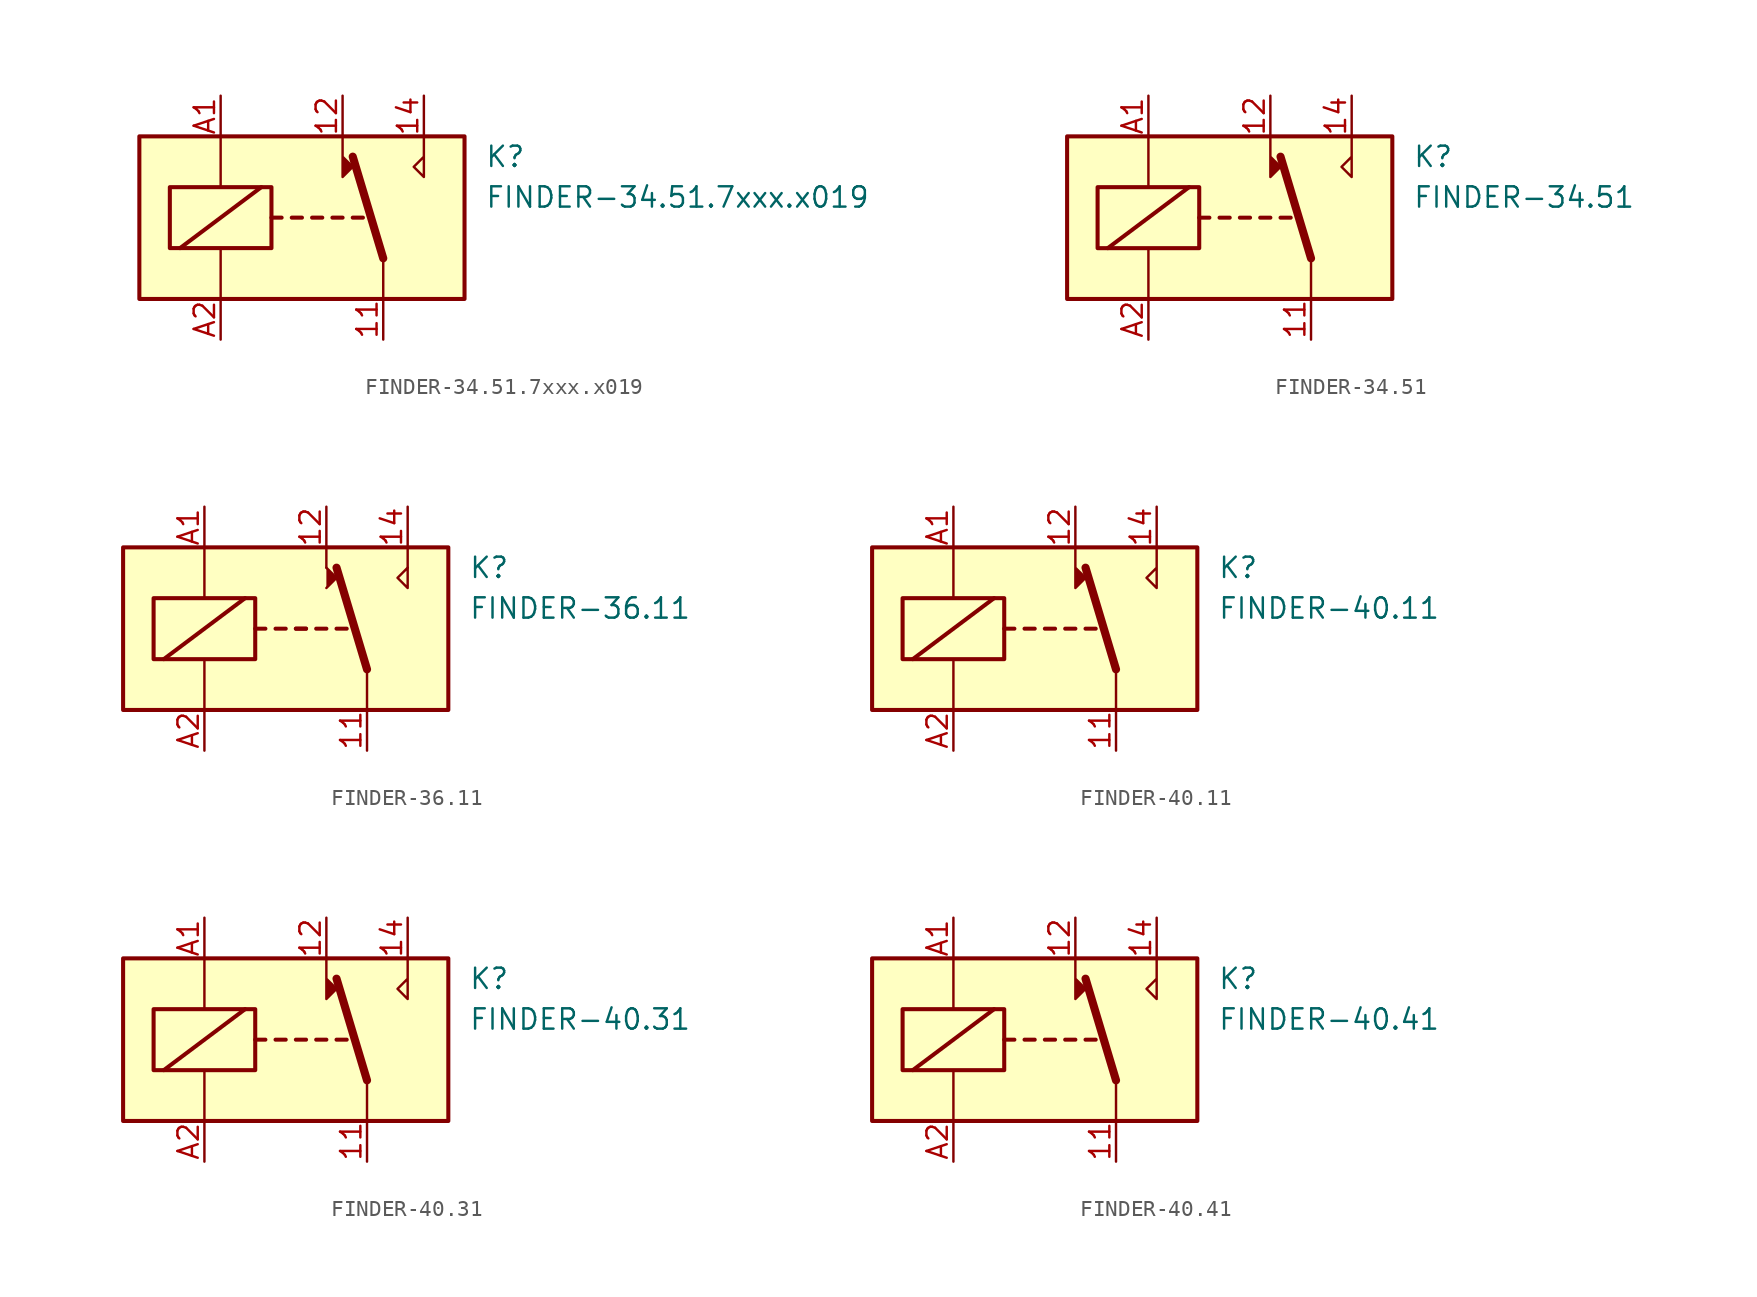
<source format=kicad_sym>
(kicad_symbol_lib
  (version 20201005)
  (generator kicad_symbol_editor)
  (symbol "FINDER-34.51.7xxx.x019"
    (property "Reference" "K"
      (at 11.43 3.81 0)
      (effects (font (size 1.27 1.27)) (justify left)))
    (property "Value" "FINDER-34.51.7xxx.x019"
      (at 11.43 1.27 0)
      (effects (font (size 1.27 1.27)) (justify left)))
    (symbol "FINDER-34.51.7xxx.x019_0_0"
      (polyline (pts (xy 7.62 5.08) (xy 7.62 2.54) (xy 6.985 3.175) (xy 7.62 3.81)) (stroke (width 0)) (fill (type none))))
    (symbol "FINDER-34.51.7xxx.x019_0_1"
      (rectangle (start -8.255 1.905) (end -1.905 -1.905) (stroke (width 0.254)) (fill (type none)))
      (rectangle (start -10.16 5.08) (end 10.16 -5.08) (stroke (width 0.254)) (fill (type background)))
      (polyline (pts (xy -7.62 -1.905) (xy -2.54 1.905)) (stroke (width 0.254)) (fill (type none)))
      (polyline (pts (xy -5.08 -5.08) (xy -5.08 -1.905)) (stroke (width 0)) (fill (type none)))
      (polyline (pts (xy -5.08 5.08) (xy -5.08 1.905)) (stroke (width 0)) (fill (type none)))
      (polyline (pts (xy -1.905 0) (xy -1.27 0)) (stroke (width 0.254)) (fill (type none)))
      (polyline (pts (xy -0.635 0) (xy 0 0)) (stroke (width 0.254)) (fill (type none)))
      (polyline (pts (xy 0.635 0) (xy 1.27 0)) (stroke (width 0.254)) (fill (type none)))
      (polyline (pts (xy 1.905 0) (xy 2.54 0)) (stroke (width 0.254)) (fill (type none)))
      (polyline (pts (xy 3.175 0) (xy 3.81 0)) (stroke (width 0.254)) (fill (type none)))
      (polyline (pts (xy 5.08 -2.54) (xy 3.175 3.81)) (stroke (width 0.508)) (fill (type none)))
      (polyline (pts (xy 5.08 -2.54) (xy 5.08 -5.08)) (stroke (width 0)) (fill (type none)))
      (polyline (pts (xy 2.54 5.08) (xy 2.54 2.54) (xy 3.175 3.175) (xy 2.54 3.81)) (stroke (width 0)) (fill (type outline))))
    (symbol "FINDER-34.51.7xxx.x019_1_1"
      (pin passive line (at 5.08 -7.62 90) (length 2.54) (name "~" (effects (font (size 1.27 1.27)))) (number "11" (effects (font (size 1.27 1.27)))))
      (pin passive line (at 2.54 7.62 270) (length 2.54) (name "~" (effects (font (size 1.27 1.27)))) (number "12" (effects (font (size 1.27 1.27)))))
      (pin passive line (at 7.62 7.62 270) (length 2.54) (name "~" (effects (font (size 1.27 1.27)))) (number "14" (effects (font (size 1.27 1.27)))))
      (pin passive line (at -5.08 7.62 270) (length 2.54) (name "~" (effects (font (size 1.27 1.27)))) (number "A1" (effects (font (size 1.27 1.27)))))
      (pin passive line (at -5.08 -7.62 90) (length 2.54) (name "~" (effects (font (size 1.27 1.27)))) (number "A2" (effects (font (size 1.27 1.27)))))))
  (symbol "FINDER-34.51"
    (property "Reference" "K"
      (at 11.43 3.81 0)
      (effects (font (size 1.27 1.27)) (justify left)))
    (property "Value" "FINDER-34.51"
      (at 11.43 1.27 0)
      (effects (font (size 1.27 1.27)) (justify left)))
    (symbol "FINDER-34.51_0_0"
      (polyline (pts (xy 7.62 5.08) (xy 7.62 2.54) (xy 6.985 3.175) (xy 7.62 3.81)) (stroke (width 0)) (fill (type none))))
    (symbol "FINDER-34.51_0_1"
      (rectangle (start -8.255 1.905) (end -1.905 -1.905) (stroke (width 0.254)) (fill (type none)))
      (rectangle (start -10.16 5.08) (end 10.16 -5.08) (stroke (width 0.254)) (fill (type background)))
      (polyline (pts (xy -7.62 -1.905) (xy -2.54 1.905)) (stroke (width 0.254)) (fill (type none)))
      (polyline (pts (xy -5.08 -5.08) (xy -5.08 -1.905)) (stroke (width 0)) (fill (type none)))
      (polyline (pts (xy -5.08 5.08) (xy -5.08 1.905)) (stroke (width 0)) (fill (type none)))
      (polyline (pts (xy -1.905 0) (xy -1.27 0)) (stroke (width 0.254)) (fill (type none)))
      (polyline (pts (xy -0.635 0) (xy 0 0)) (stroke (width 0.254)) (fill (type none)))
      (polyline (pts (xy 0.635 0) (xy 1.27 0)) (stroke (width 0.254)) (fill (type none)))
      (polyline (pts (xy 1.905 0) (xy 2.54 0)) (stroke (width 0.254)) (fill (type none)))
      (polyline (pts (xy 3.175 0) (xy 3.81 0)) (stroke (width 0.254)) (fill (type none)))
      (polyline (pts (xy 5.08 -2.54) (xy 3.175 3.81)) (stroke (width 0.508)) (fill (type none)))
      (polyline (pts (xy 5.08 -2.54) (xy 5.08 -5.08)) (stroke (width 0)) (fill (type none)))
      (polyline (pts (xy 2.54 5.08) (xy 2.54 2.54) (xy 3.175 3.175) (xy 2.54 3.81)) (stroke (width 0)) (fill (type outline))))
    (symbol "FINDER-34.51_1_1"
      (pin passive line (at 5.08 -7.62 90) (length 2.54) (name "~" (effects (font (size 1.27 1.27)))) (number "11" (effects (font (size 1.27 1.27)))))
      (pin passive line (at 2.54 7.62 270) (length 2.54) (name "~" (effects (font (size 1.27 1.27)))) (number "12" (effects (font (size 1.27 1.27)))))
      (pin passive line (at 7.62 7.62 270) (length 2.54) (name "~" (effects (font (size 1.27 1.27)))) (number "14" (effects (font (size 1.27 1.27)))))
      (pin passive line (at -5.08 7.62 270) (length 2.54) (name "~" (effects (font (size 1.27 1.27)))) (number "A1" (effects (font (size 1.27 1.27)))))
      (pin passive line (at -5.08 -7.62 90) (length 2.54) (name "~" (effects (font (size 1.27 1.27)))) (number "A2" (effects (font (size 1.27 1.27)))))))
  (symbol "FINDER-36.11"
    (property "Reference" "K"
      (at 11.43 3.81 0)
      (effects (font (size 1.27 1.27)) (justify left)))
    (property "Value" "FINDER-36.11"
      (at 11.43 1.27 0)
      (effects (font (size 1.27 1.27)) (justify left)))
    (symbol "FINDER-36.11_0_0"
      (polyline (pts (xy 2.54 3.81) (xy 2.54 5.08)) (stroke (width 0)) (fill (type none)))
      (polyline (pts (xy 7.62 3.81) (xy 7.62 5.08)) (stroke (width 0)) (fill (type none)))
      (polyline (pts (xy 7.62 3.81) (xy 7.62 2.54) (xy 6.985 3.175) (xy 7.62 3.81)) (stroke (width 0)) (fill (type none))))
    (symbol "FINDER-36.11_0_1"
      (rectangle (start -8.255 1.905) (end -1.905 -1.905) (stroke (width 0.254)) (fill (type none)))
      (rectangle (start -10.16 5.08) (end 10.16 -5.08) (stroke (width 0.254)) (fill (type background)))
      (polyline (pts (xy -7.62 -1.905) (xy -2.54 1.905)) (stroke (width 0.254)) (fill (type none)))
      (polyline (pts (xy -5.08 -5.08) (xy -5.08 -1.905)) (stroke (width 0)) (fill (type none)))
      (polyline (pts (xy -5.08 5.08) (xy -5.08 1.905)) (stroke (width 0)) (fill (type none)))
      (polyline (pts (xy -1.905 0) (xy -1.27 0)) (stroke (width 0.254)) (fill (type none)))
      (polyline (pts (xy -0.635 0) (xy 0 0)) (stroke (width 0.254)) (fill (type none)))
      (polyline (pts (xy 0.635 0) (xy 1.27 0)) (stroke (width 0.254)) (fill (type none)))
      (polyline (pts (xy 0.635 0) (xy 1.27 0)) (stroke (width 0.254)) (fill (type none)))
      (polyline (pts (xy 1.905 0) (xy 2.54 0)) (stroke (width 0.254)) (fill (type none)))
      (polyline (pts (xy 3.175 0) (xy 3.81 0)) (stroke (width 0.254)) (fill (type none)))
      (polyline (pts (xy 5.08 -2.54) (xy 3.175 3.81)) (stroke (width 0.508)) (fill (type none)))
      (polyline (pts (xy 5.08 -2.54) (xy 5.08 -5.08)) (stroke (width 0)) (fill (type none)))
      (polyline (pts (xy 2.54 2.54) (xy 3.175 3.175) (xy 2.54 3.81)) (stroke (width 0)) (fill (type outline))))
    (symbol "FINDER-36.11_1_1"
      (pin passive line (at 5.08 -7.62 90) (length 2.54) (name "~" (effects (font (size 1.27 1.27)))) (number "11" (effects (font (size 1.27 1.27)))))
      (pin passive line (at 2.54 7.62 270) (length 2.54) (name "~" (effects (font (size 1.27 1.27)))) (number "12" (effects (font (size 1.27 1.27)))))
      (pin passive line (at 7.62 7.62 270) (length 2.54) (name "~" (effects (font (size 1.27 1.27)))) (number "14" (effects (font (size 1.27 1.27)))))
      (pin passive line (at -5.08 7.62 270) (length 2.54) (name "~" (effects (font (size 1.27 1.27)))) (number "A1" (effects (font (size 1.27 1.27)))))
      (pin passive line (at -5.08 -7.62 90) (length 2.54) (name "~" (effects (font (size 1.27 1.27)))) (number "A2" (effects (font (size 1.27 1.27)))))))
  (symbol "FINDER-40.11"
    (property "Reference" "K"
      (at 11.43 3.81 0)
      (effects (font (size 1.27 1.27)) (justify left)))
    (property "Value" "FINDER-40.11"
      (at 11.43 1.27 0)
      (effects (font (size 1.27 1.27)) (justify left)))
    (symbol "FINDER-40.11_0_0"
      (polyline (pts (xy 7.62 5.08) (xy 7.62 2.54) (xy 6.985 3.175) (xy 7.62 3.81)) (stroke (width 0)) (fill (type none))))
    (symbol "FINDER-40.11_0_1"
      (rectangle (start -8.255 1.905) (end -1.905 -1.905) (stroke (width 0.254)) (fill (type none)))
      (rectangle (start -10.16 5.08) (end 10.16 -5.08) (stroke (width 0.254)) (fill (type background)))
      (polyline (pts (xy -7.62 -1.905) (xy -2.54 1.905)) (stroke (width 0.254)) (fill (type none)))
      (polyline (pts (xy -5.08 -5.08) (xy -5.08 -1.905)) (stroke (width 0)) (fill (type none)))
      (polyline (pts (xy -5.08 5.08) (xy -5.08 1.905)) (stroke (width 0)) (fill (type none)))
      (polyline (pts (xy -1.905 0) (xy -1.27 0)) (stroke (width 0.254)) (fill (type none)))
      (polyline (pts (xy -0.635 0) (xy 0 0)) (stroke (width 0.254)) (fill (type none)))
      (polyline (pts (xy 0.635 0) (xy 1.27 0)) (stroke (width 0.254)) (fill (type none)))
      (polyline (pts (xy 1.905 0) (xy 2.54 0)) (stroke (width 0.254)) (fill (type none)))
      (polyline (pts (xy 3.175 0) (xy 3.81 0)) (stroke (width 0.254)) (fill (type none)))
      (polyline (pts (xy 5.08 -2.54) (xy 3.175 3.81)) (stroke (width 0.508)) (fill (type none)))
      (polyline (pts (xy 5.08 -2.54) (xy 5.08 -5.08)) (stroke (width 0)) (fill (type none)))
      (polyline (pts (xy 2.54 5.08) (xy 2.54 2.54) (xy 3.175 3.175) (xy 2.54 3.81)) (stroke (width 0)) (fill (type outline))))
    (symbol "FINDER-40.11_1_1"
      (pin passive line (at 5.08 -7.62 90) (length 2.54) (name "~" (effects (font (size 1.27 1.27)))) (number "11" (effects (font (size 1.27 1.27)))))
      (pin passive line (at 2.54 7.62 270) (length 2.54) (name "~" (effects (font (size 1.27 1.27)))) (number "12" (effects (font (size 1.27 1.27)))))
      (pin passive line (at 7.62 7.62 270) (length 2.54) (name "~" (effects (font (size 1.27 1.27)))) (number "14" (effects (font (size 1.27 1.27)))))
      (pin passive line (at -5.08 7.62 270) (length 2.54) (name "~" (effects (font (size 1.27 1.27)))) (number "A1" (effects (font (size 1.27 1.27)))))
      (pin passive line (at -5.08 -7.62 90) (length 2.54) (name "~" (effects (font (size 1.27 1.27)))) (number "A2" (effects (font (size 1.27 1.27)))))))
  (symbol "FINDER-40.31"
    (property "Reference" "K"
      (at 11.43 3.81 0)
      (effects (font (size 1.27 1.27)) (justify left)))
    (property "Value" "FINDER-40.31"
      (at 11.43 1.27 0)
      (effects (font (size 1.27 1.27)) (justify left)))
    (symbol "FINDER-40.31_0_0"
      (polyline (pts (xy 7.62 5.08) (xy 7.62 2.54) (xy 6.985 3.175) (xy 7.62 3.81)) (stroke (width 0)) (fill (type none))))
    (symbol "FINDER-40.31_0_1"
      (rectangle (start -8.255 1.905) (end -1.905 -1.905) (stroke (width 0.254)) (fill (type none)))
      (rectangle (start -10.16 5.08) (end 10.16 -5.08) (stroke (width 0.254)) (fill (type background)))
      (polyline (pts (xy -7.62 -1.905) (xy -2.54 1.905)) (stroke (width 0.254)) (fill (type none)))
      (polyline (pts (xy -5.08 -5.08) (xy -5.08 -1.905)) (stroke (width 0)) (fill (type none)))
      (polyline (pts (xy -5.08 5.08) (xy -5.08 1.905)) (stroke (width 0)) (fill (type none)))
      (polyline (pts (xy -1.905 0) (xy -1.27 0)) (stroke (width 0.254)) (fill (type none)))
      (polyline (pts (xy -0.635 0) (xy 0 0)) (stroke (width 0.254)) (fill (type none)))
      (polyline (pts (xy 0.635 0) (xy 1.27 0)) (stroke (width 0.254)) (fill (type none)))
      (polyline (pts (xy 1.905 0) (xy 2.54 0)) (stroke (width 0.254)) (fill (type none)))
      (polyline (pts (xy 3.175 0) (xy 3.81 0)) (stroke (width 0.254)) (fill (type none)))
      (polyline (pts (xy 5.08 -2.54) (xy 3.175 3.81)) (stroke (width 0.508)) (fill (type none)))
      (polyline (pts (xy 5.08 -2.54) (xy 5.08 -5.08)) (stroke (width 0)) (fill (type none)))
      (polyline (pts (xy 2.54 5.08) (xy 2.54 2.54) (xy 3.175 3.175) (xy 2.54 3.81)) (stroke (width 0)) (fill (type outline))))
    (symbol "FINDER-40.31_1_1"
      (pin passive line (at 5.08 -7.62 90) (length 2.54) (name "~" (effects (font (size 1.27 1.27)))) (number "11" (effects (font (size 1.27 1.27)))))
      (pin passive line (at 2.54 7.62 270) (length 2.54) (name "~" (effects (font (size 1.27 1.27)))) (number "12" (effects (font (size 1.27 1.27)))))
      (pin passive line (at 7.62 7.62 270) (length 2.54) (name "~" (effects (font (size 1.27 1.27)))) (number "14" (effects (font (size 1.27 1.27)))))
      (pin passive line (at -5.08 7.62 270) (length 2.54) (name "~" (effects (font (size 1.27 1.27)))) (number "A1" (effects (font (size 1.27 1.27)))))
      (pin passive line (at -5.08 -7.62 90) (length 2.54) (name "~" (effects (font (size 1.27 1.27)))) (number "A2" (effects (font (size 1.27 1.27)))))))
  (symbol "FINDER-40.41"
    (property "Reference" "K"
      (at 11.43 3.81 0)
      (effects (font (size 1.27 1.27)) (justify left)))
    (property "Value" "FINDER-40.41"
      (at 11.43 1.27 0)
      (effects (font (size 1.27 1.27)) (justify left)))
    (symbol "FINDER-40.41_0_0"
      (polyline (pts (xy 7.62 5.08) (xy 7.62 2.54) (xy 6.985 3.175) (xy 7.62 3.81)) (stroke (width 0)) (fill (type none))))
    (symbol "FINDER-40.41_0_1"
      (rectangle (start -8.255 1.905) (end -1.905 -1.905) (stroke (width 0.254)) (fill (type none)))
      (rectangle (start -10.16 5.08) (end 10.16 -5.08) (stroke (width 0.254)) (fill (type background)))
      (polyline (pts (xy -7.62 -1.905) (xy -2.54 1.905)) (stroke (width 0.254)) (fill (type none)))
      (polyline (pts (xy -5.08 -5.08) (xy -5.08 -1.905)) (stroke (width 0)) (fill (type none)))
      (polyline (pts (xy -5.08 5.08) (xy -5.08 1.905)) (stroke (width 0)) (fill (type none)))
      (polyline (pts (xy -1.905 0) (xy -1.27 0)) (stroke (width 0.254)) (fill (type none)))
      (polyline (pts (xy -0.635 0) (xy 0 0)) (stroke (width 0.254)) (fill (type none)))
      (polyline (pts (xy 0.635 0) (xy 1.27 0)) (stroke (width 0.254)) (fill (type none)))
      (polyline (pts (xy 1.905 0) (xy 2.54 0)) (stroke (width 0.254)) (fill (type none)))
      (polyline (pts (xy 3.175 0) (xy 3.81 0)) (stroke (width 0.254)) (fill (type none)))
      (polyline (pts (xy 5.08 -2.54) (xy 3.175 3.81)) (stroke (width 0.508)) (fill (type none)))
      (polyline (pts (xy 5.08 -2.54) (xy 5.08 -5.08)) (stroke (width 0)) (fill (type none)))
      (polyline (pts (xy 2.54 5.08) (xy 2.54 2.54) (xy 3.175 3.175) (xy 2.54 3.81)) (stroke (width 0)) (fill (type outline))))
    (symbol "FINDER-40.41_1_1"
      (pin passive line (at 5.08 -7.62 90) (length 2.54) (name "~" (effects (font (size 1.27 1.27)))) (number "11" (effects (font (size 1.27 1.27)))))
      (pin passive line (at 2.54 7.62 270) (length 2.54) (name "~" (effects (font (size 1.27 1.27)))) (number "12" (effects (font (size 1.27 1.27)))))
      (pin passive line (at 7.62 7.62 270) (length 2.54) (name "~" (effects (font (size 1.27 1.27)))) (number "14" (effects (font (size 1.27 1.27)))))
      (pin passive line (at -5.08 7.62 270) (length 2.54) (name "~" (effects (font (size 1.27 1.27)))) (number "A1" (effects (font (size 1.27 1.27)))))
      (pin passive line (at -5.08 -7.62 90) (length 2.54) (name "~" (effects (font (size 1.27 1.27)))) (number "A2" (effects (font (size 1.27 1.27))))))))
</source>
